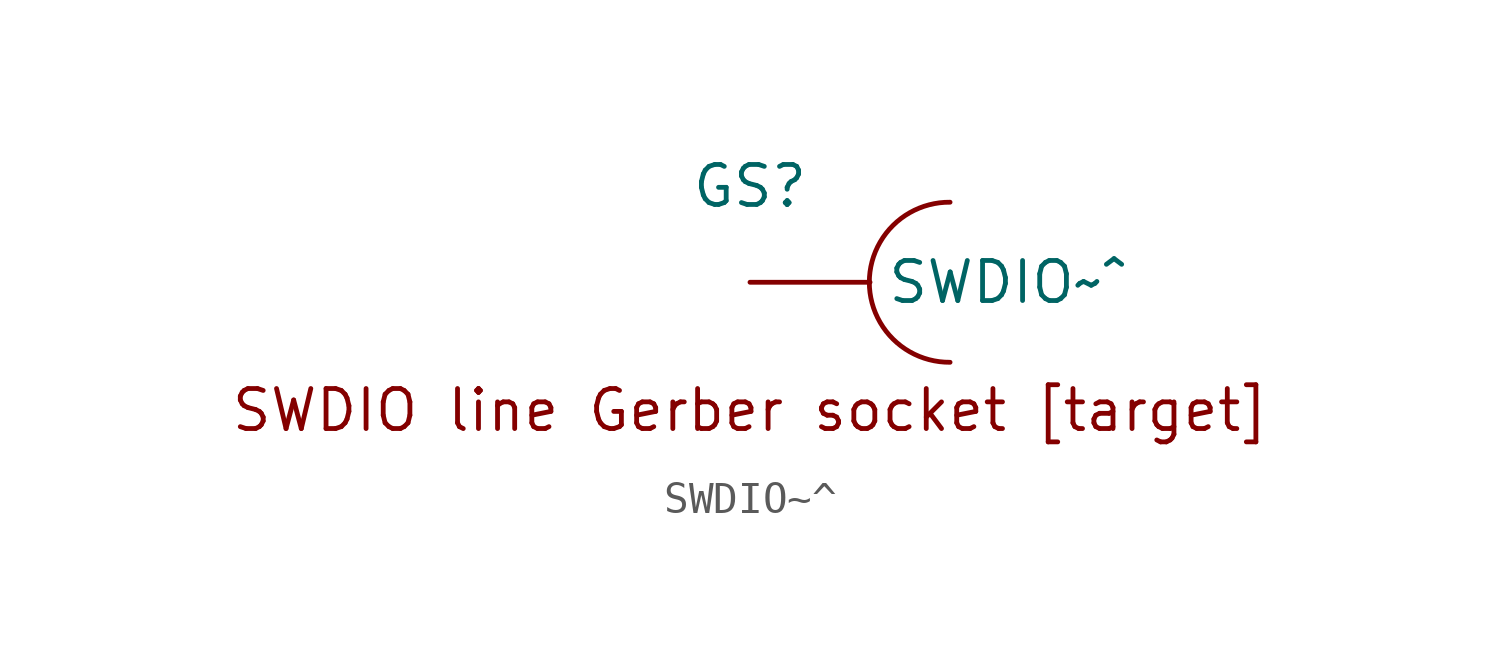
<source format=kicad_sym>
(kicad_symbol_lib
  (version 20241209)
  (generator "kicad_symbol_editor")
  (generator_version "9.0")
  (symbol "SWDIO~^"
    (pin_numbers
      (hide yes))
    (property "Reference" "GS"
      (at 0 3.048 0)
      (effects (font (size 1.27 1.27))))
    (symbol "SWDIO~^_0_1"
      (arc (start 6.35 -2.54) (mid 3.7874 0) (end 6.35 2.54) (stroke (width 0) (type default)) (fill (type none))))
    (symbol "SWDIO~^_1_1"
      (text "SWDIO line Gerber socket [target]" (at 0 -4.064 0) (effects (font (size 1.27 1.27))))
      (pin bidirectional line (at 0 0 0) (length 3.81) (name "SWDIO~^" (effects (font (size 1.27 1.27)))) (number "1" (effects (font (size 1.27 1.27))))))))
</source>
